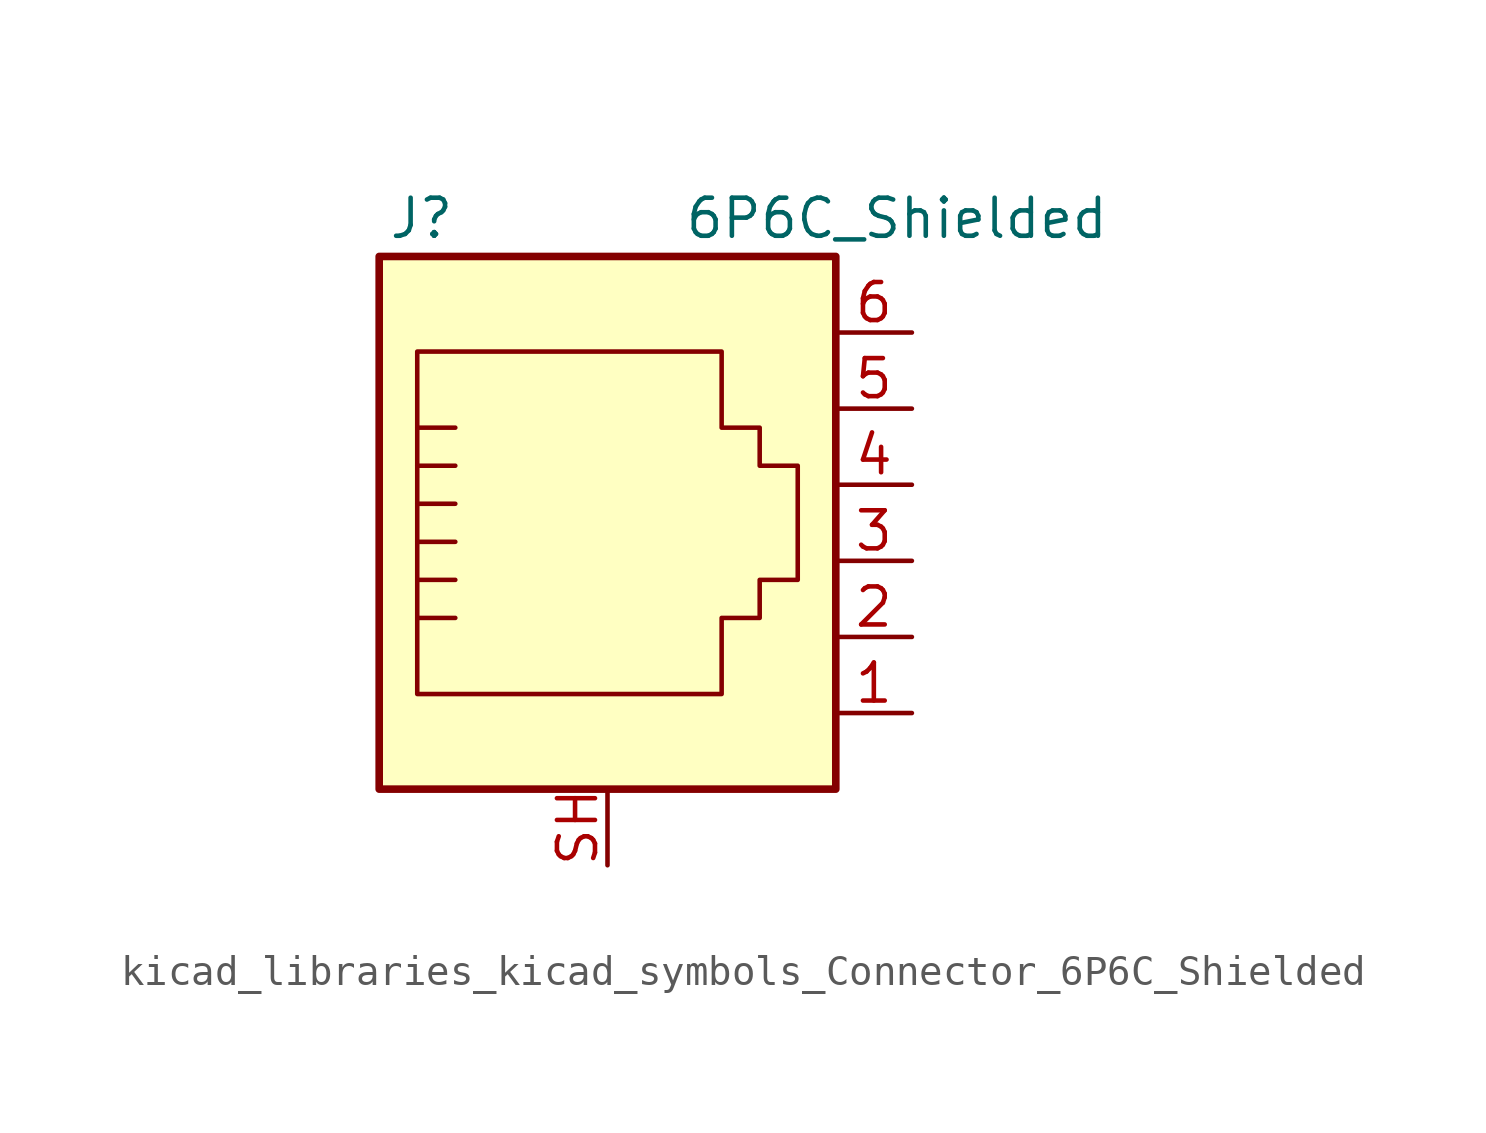
<source format=kicad_sym>
(kicad_symbol_lib
  (version 20220914)
  (generator kicad_symbol_editor)
  (symbol "kicad_libraries_kicad_symbols_Connector_6P6C_Shielded"
    (pin_names
      (offset 1.016))
    (property "Reference" "J"
      (at -5.08 11.43 0)
      (effects (font (size 1.27 1.27)) (justify right)))
    (property "Value" "6P6C_Shielded"
      (at 2.54 11.43 0)
      (effects (font (size 1.27 1.27)) (justify left)))
    (symbol "kicad_libraries_kicad_symbols_Connector_6P6C_Shielded_0_1"
      (polyline (pts (xy -6.35 -1.905) (xy -5.08 -1.905) (xy -5.08 -1.905)) (stroke (width 0) (type default)) (fill (type none)))
      (polyline (pts (xy -6.35 -0.635) (xy -5.08 -0.635) (xy -5.08 -0.635)) (stroke (width 0) (type default)) (fill (type none)))
      (polyline (pts (xy -6.35 0.635) (xy -5.08 0.635) (xy -5.08 0.635)) (stroke (width 0) (type default)) (fill (type none)))
      (polyline (pts (xy -6.35 1.905) (xy -5.08 1.905) (xy -5.08 1.905)) (stroke (width 0) (type default)) (fill (type none)))
      (polyline (pts (xy -6.35 3.175) (xy -5.08 3.175) (xy -5.08 3.175)) (stroke (width 0) (type default)) (fill (type none)))
      (polyline (pts (xy -5.08 4.445) (xy -6.35 4.445) (xy -6.35 4.445)) (stroke (width 0) (type default)) (fill (type none)))
      (polyline (pts (xy -6.35 -4.445) (xy -6.35 6.985) (xy 3.81 6.985) (xy 3.81 4.445) (xy 5.08 4.445) (xy 5.08 3.175) (xy 6.35 3.175) (xy 6.35 -0.635) (xy 5.08 -0.635) (xy 5.08 -1.905) (xy 3.81 -1.905) (xy 3.81 -4.445) (xy -6.35 -4.445) (xy -6.35 -4.445)) (stroke (width 0) (type default)) (fill (type none)))
      (rectangle (start 7.62 10.16) (end -7.62 -7.62) (stroke (width 0.254) (type default)) (fill (type background))))
    (symbol "kicad_libraries_kicad_symbols_Connector_6P6C_Shielded_1_1"
      (pin passive line (at 10.16 -5.08 180) (length 2.54) (name "~" (effects (font (size 1.27 1.27)))) (number "1" (effects (font (size 1.27 1.27)))))
      (pin passive line (at 10.16 -2.54 180) (length 2.54) (name "~" (effects (font (size 1.27 1.27)))) (number "2" (effects (font (size 1.27 1.27)))))
      (pin passive line (at 10.16 0 180) (length 2.54) (name "~" (effects (font (size 1.27 1.27)))) (number "3" (effects (font (size 1.27 1.27)))))
      (pin passive line (at 10.16 2.54 180) (length 2.54) (name "~" (effects (font (size 1.27 1.27)))) (number "4" (effects (font (size 1.27 1.27)))))
      (pin passive line (at 10.16 5.08 180) (length 2.54) (name "~" (effects (font (size 1.27 1.27)))) (number "5" (effects (font (size 1.27 1.27)))))
      (pin passive line (at 10.16 7.62 180) (length 2.54) (name "~" (effects (font (size 1.27 1.27)))) (number "6" (effects (font (size 1.27 1.27)))))
      (pin passive line (at 0 -10.16 90) (length 2.54) (name "~" (effects (font (size 1.27 1.27)))) (number "SH" (effects (font (size 1.27 1.27))))))))
</source>
